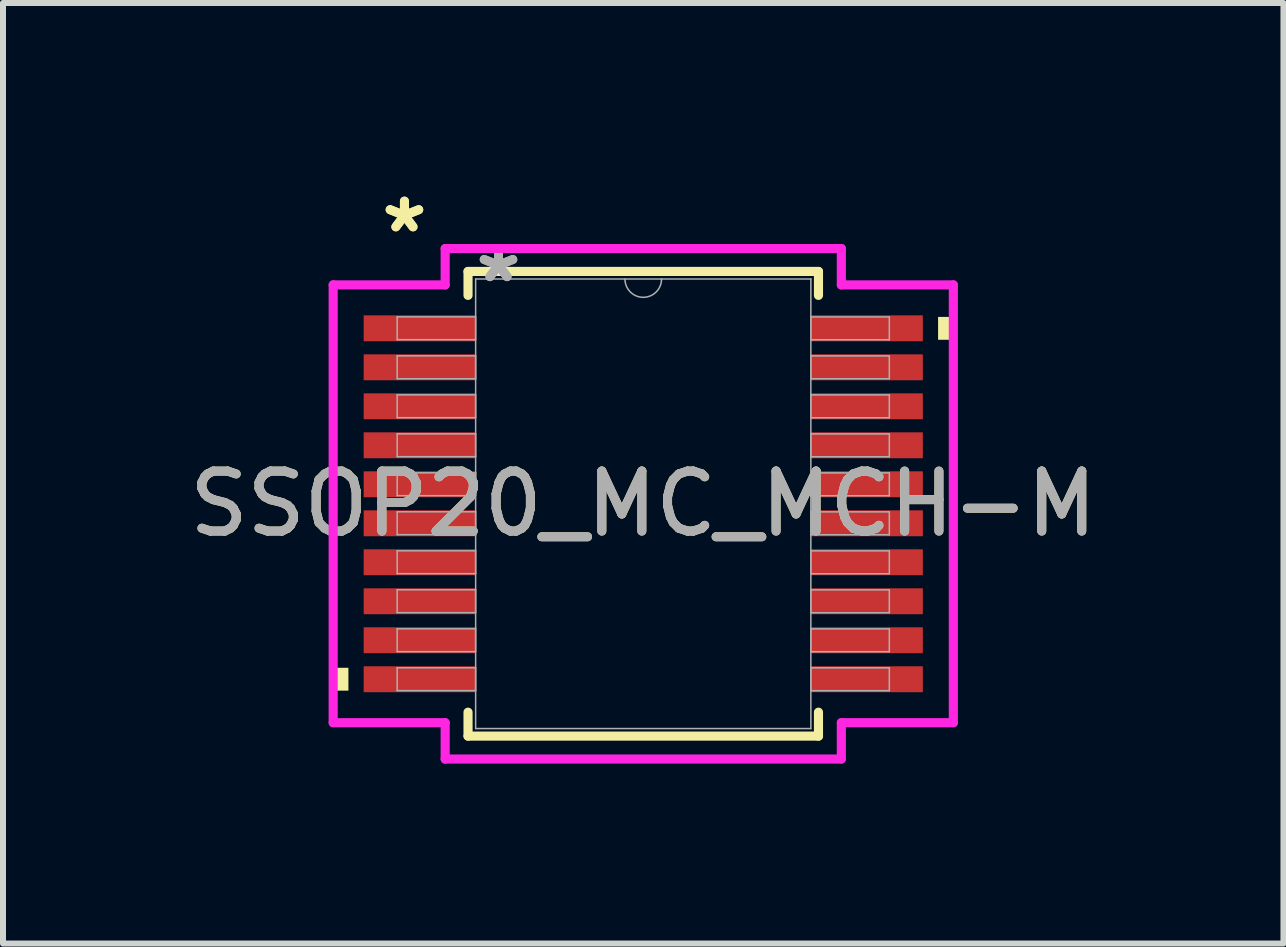
<source format=kicad_pcb>
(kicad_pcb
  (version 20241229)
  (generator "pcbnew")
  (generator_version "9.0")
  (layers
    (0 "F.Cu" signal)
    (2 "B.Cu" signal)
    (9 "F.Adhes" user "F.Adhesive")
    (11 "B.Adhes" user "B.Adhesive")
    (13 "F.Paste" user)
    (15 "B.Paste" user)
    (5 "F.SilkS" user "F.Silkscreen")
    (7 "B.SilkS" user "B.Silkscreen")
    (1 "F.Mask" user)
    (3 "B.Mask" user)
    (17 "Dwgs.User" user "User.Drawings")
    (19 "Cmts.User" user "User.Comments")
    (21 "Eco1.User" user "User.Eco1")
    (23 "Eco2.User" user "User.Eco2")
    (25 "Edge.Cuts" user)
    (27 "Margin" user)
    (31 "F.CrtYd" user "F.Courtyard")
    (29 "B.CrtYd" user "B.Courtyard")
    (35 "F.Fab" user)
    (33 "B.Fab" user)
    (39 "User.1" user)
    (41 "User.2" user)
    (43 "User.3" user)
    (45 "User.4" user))
  (footprint "SSOP20_MC_MCH-M"
    (layer "F.Cu")
    (at 7.673 5.348)
    (property "Reference" "SSOP20_MC_MCH-M" (at 0 0 0) (unlocked yes) (layer "F.SilkS") (effects (font (size 1 1) (thickness 0.15))))
    (attr smd)
    (fp_line (start -2.921 -3.873) (end -2.921 -3.474) (stroke (width 0.152) (type solid)) (layer "F.SilkS"))
    (fp_line (start -2.921 3.474) (end -2.921 3.873) (stroke (width 0.152) (type solid)) (layer "F.SilkS"))
    (fp_line (start -2.921 3.873) (end 2.921 3.873) (stroke (width 0.152) (type solid)) (layer "F.SilkS"))
    (fp_line (start 2.921 -3.873) (end -2.921 -3.873) (stroke (width 0.152) (type solid)) (layer "F.SilkS"))
    (fp_line (start 2.921 -3.474) (end 2.921 -3.873) (stroke (width 0.152) (type solid)) (layer "F.SilkS"))
    (fp_line (start 2.921 3.873) (end 2.921 3.474) (stroke (width 0.152) (type solid)) (layer "F.SilkS"))
    (fp_poly (pts (xy -5.169 2.734) (xy -5.169 3.115) (xy -4.915 3.115) (xy -4.915 2.734)) (stroke (width 0) (type solid)) (fill yes) (layer "F.SilkS"))
    (fp_poly (pts (xy 5.169 -3.115) (xy 5.169 -2.734) (xy 4.915 -2.734) (xy 4.915 -3.115)) (stroke (width 0) (type solid)) (fill yes) (layer "F.SilkS"))
    (fp_line (start -5.169 -3.649) (end -3.302 -3.649) (stroke (width 0.152) (type solid)) (layer "F.CrtYd"))
    (fp_line (start -5.169 3.649) (end -5.169 -3.649) (stroke (width 0.152) (type solid)) (layer "F.CrtYd"))
    (fp_line (start -5.169 3.649) (end -3.302 3.649) (stroke (width 0.152) (type solid)) (layer "F.CrtYd"))
    (fp_line (start -3.302 -4.255) (end 3.302 -4.255) (stroke (width 0.152) (type solid)) (layer "F.CrtYd"))
    (fp_line (start -3.302 -3.649) (end -3.302 -4.255) (stroke (width 0.152) (type solid)) (layer "F.CrtYd"))
    (fp_line (start -3.302 4.255) (end -3.302 3.649) (stroke (width 0.152) (type solid)) (layer "F.CrtYd"))
    (fp_line (start 3.302 -4.255) (end 3.302 -3.649) (stroke (width 0.152) (type solid)) (layer "F.CrtYd"))
    (fp_line (start 3.302 3.649) (end 3.302 4.255) (stroke (width 0.152) (type solid)) (layer "F.CrtYd"))
    (fp_line (start 3.302 4.255) (end -3.302 4.255) (stroke (width 0.152) (type solid)) (layer "F.CrtYd"))
    (fp_line (start 5.169 -3.649) (end 3.302 -3.649) (stroke (width 0.152) (type solid)) (layer "F.CrtYd"))
    (fp_line (start 5.169 -3.649) (end 5.169 3.649) (stroke (width 0.152) (type solid)) (layer "F.CrtYd"))
    (fp_line (start 5.169 3.649) (end 3.302 3.649) (stroke (width 0.152) (type solid)) (layer "F.CrtYd"))
    (fp_line (start -4.102 -3.116) (end -4.102 -2.735) (stroke (width 0.025) (type solid)) (layer "F.Fab"))
    (fp_line (start -4.102 -2.735) (end -2.794 -2.735) (stroke (width 0.025) (type solid)) (layer "F.Fab"))
    (fp_line (start -4.102 -2.466) (end -4.102 -2.084) (stroke (width 0.025) (type solid)) (layer "F.Fab"))
    (fp_line (start -4.102 -2.084) (end -2.794 -2.084) (stroke (width 0.025) (type solid)) (layer "F.Fab"))
    (fp_line (start -4.102 -1.816) (end -4.102 -1.435) (stroke (width 0.025) (type solid)) (layer "F.Fab"))
    (fp_line (start -4.102 -1.435) (end -2.794 -1.435) (stroke (width 0.025) (type solid)) (layer "F.Fab"))
    (fp_line (start -4.102 -1.166) (end -4.102 -0.785) (stroke (width 0.025) (type solid)) (layer "F.Fab"))
    (fp_line (start -4.102 -0.785) (end -2.794 -0.785) (stroke (width 0.025) (type solid)) (layer "F.Fab"))
    (fp_line (start -4.102 -0.516) (end -4.102 -0.135) (stroke (width 0.025) (type solid)) (layer "F.Fab"))
    (fp_line (start -4.102 -0.135) (end -2.794 -0.135) (stroke (width 0.025) (type solid)) (layer "F.Fab"))
    (fp_line (start -4.102 0.134) (end -4.102 0.515) (stroke (width 0.025) (type solid)) (layer "F.Fab"))
    (fp_line (start -4.102 0.515) (end -2.794 0.515) (stroke (width 0.025) (type solid)) (layer "F.Fab"))
    (fp_line (start -4.102 0.784) (end -4.102 1.165) (stroke (width 0.025) (type solid)) (layer "F.Fab"))
    (fp_line (start -4.102 1.165) (end -2.794 1.165) (stroke (width 0.025) (type solid)) (layer "F.Fab"))
    (fp_line (start -4.102 1.434) (end -4.102 1.815) (stroke (width 0.025) (type solid)) (layer "F.Fab"))
    (fp_line (start -4.102 1.815) (end -2.794 1.815) (stroke (width 0.025) (type solid)) (layer "F.Fab"))
    (fp_line (start -4.102 2.084) (end -4.102 2.465) (stroke (width 0.025) (type solid)) (layer "F.Fab"))
    (fp_line (start -4.102 2.465) (end -2.794 2.465) (stroke (width 0.025) (type solid)) (layer "F.Fab"))
    (fp_line (start -4.102 2.734) (end -4.102 3.115) (stroke (width 0.025) (type solid)) (layer "F.Fab"))
    (fp_line (start -4.102 3.115) (end -2.794 3.115) (stroke (width 0.025) (type solid)) (layer "F.Fab"))
    (fp_line (start -2.794 -3.747) (end -2.794 3.747) (stroke (width 0.025) (type solid)) (layer "F.Fab"))
    (fp_line (start -2.794 -3.116) (end -4.102 -3.116) (stroke (width 0.025) (type solid)) (layer "F.Fab"))
    (fp_line (start -2.794 -2.735) (end -2.794 -3.116) (stroke (width 0.025) (type solid)) (layer "F.Fab"))
    (fp_line (start -2.794 -2.466) (end -4.102 -2.466) (stroke (width 0.025) (type solid)) (layer "F.Fab"))
    (fp_line (start -2.794 -2.084) (end -2.794 -2.466) (stroke (width 0.025) (type solid)) (layer "F.Fab"))
    (fp_line (start -2.794 -1.816) (end -4.102 -1.816) (stroke (width 0.025) (type solid)) (layer "F.Fab"))
    (fp_line (start -2.794 -1.435) (end -2.794 -1.816) (stroke (width 0.025) (type solid)) (layer "F.Fab"))
    (fp_line (start -2.794 -1.166) (end -4.102 -1.166) (stroke (width 0.025) (type solid)) (layer "F.Fab"))
    (fp_line (start -2.794 -0.785) (end -2.794 -1.166) (stroke (width 0.025) (type solid)) (layer "F.Fab"))
    (fp_line (start -2.794 -0.516) (end -4.102 -0.516) (stroke (width 0.025) (type solid)) (layer "F.Fab"))
    (fp_line (start -2.794 -0.135) (end -2.794 -0.516) (stroke (width 0.025) (type solid)) (layer "F.Fab"))
    (fp_line (start -2.794 0.134) (end -4.102 0.134) (stroke (width 0.025) (type solid)) (layer "F.Fab"))
    (fp_line (start -2.794 0.515) (end -2.794 0.134) (stroke (width 0.025) (type solid)) (layer "F.Fab"))
    (fp_line (start -2.794 0.784) (end -4.102 0.784) (stroke (width 0.025) (type solid)) (layer "F.Fab"))
    (fp_line (start -2.794 1.165) (end -2.794 0.784) (stroke (width 0.025) (type solid)) (layer "F.Fab"))
    (fp_line (start -2.794 1.434) (end -4.102 1.434) (stroke (width 0.025) (type solid)) (layer "F.Fab"))
    (fp_line (start -2.794 1.815) (end -2.794 1.434) (stroke (width 0.025) (type solid)) (layer "F.Fab"))
    (fp_line (start -2.794 2.084) (end -4.102 2.084) (stroke (width 0.025) (type solid)) (layer "F.Fab"))
    (fp_line (start -2.794 2.465) (end -2.794 2.084) (stroke (width 0.025) (type solid)) (layer "F.Fab"))
    (fp_line (start -2.794 2.734) (end -4.102 2.734) (stroke (width 0.025) (type solid)) (layer "F.Fab"))
    (fp_line (start -2.794 3.115) (end -2.794 2.734) (stroke (width 0.025) (type solid)) (layer "F.Fab"))
    (fp_line (start -2.794 3.747) (end 2.794 3.747) (stroke (width 0.025) (type solid)) (layer "F.Fab"))
    (fp_line (start 2.794 -3.747) (end -2.794 -3.747) (stroke (width 0.025) (type solid)) (layer "F.Fab"))
    (fp_line (start 2.794 -3.115) (end 2.794 -2.734) (stroke (width 0.025) (type solid)) (layer "F.Fab"))
    (fp_line (start 2.794 -2.734) (end 4.102 -2.734) (stroke (width 0.025) (type solid)) (layer "F.Fab"))
    (fp_line (start 2.794 -2.465) (end 2.794 -2.084) (stroke (width 0.025) (type solid)) (layer "F.Fab"))
    (fp_line (start 2.794 -2.084) (end 4.102 -2.084) (stroke (width 0.025) (type solid)) (layer "F.Fab"))
    (fp_line (start 2.794 -1.815) (end 2.794 -1.434) (stroke (width 0.025) (type solid)) (layer "F.Fab"))
    (fp_line (start 2.794 -1.434) (end 4.102 -1.434) (stroke (width 0.025) (type solid)) (layer "F.Fab"))
    (fp_line (start 2.794 -1.165) (end 2.794 -0.784) (stroke (width 0.025) (type solid)) (layer "F.Fab"))
    (fp_line (start 2.794 -0.784) (end 4.102 -0.784) (stroke (width 0.025) (type solid)) (layer "F.Fab"))
    (fp_line (start 2.794 -0.515) (end 2.794 -0.134) (stroke (width 0.025) (type solid)) (layer "F.Fab"))
    (fp_line (start 2.794 -0.134) (end 4.102 -0.134) (stroke (width 0.025) (type solid)) (layer "F.Fab"))
    (fp_line (start 2.794 0.135) (end 2.794 0.516) (stroke (width 0.025) (type solid)) (layer "F.Fab"))
    (fp_line (start 2.794 0.516) (end 4.102 0.516) (stroke (width 0.025) (type solid)) (layer "F.Fab"))
    (fp_line (start 2.794 0.785) (end 2.794 1.166) (stroke (width 0.025) (type solid)) (layer "F.Fab"))
    (fp_line (start 2.794 1.166) (end 4.102 1.166) (stroke (width 0.025) (type solid)) (layer "F.Fab"))
    (fp_line (start 2.794 1.435) (end 2.794 1.816) (stroke (width 0.025) (type solid)) (layer "F.Fab"))
    (fp_line (start 2.794 1.816) (end 4.102 1.816) (stroke (width 0.025) (type solid)) (layer "F.Fab"))
    (fp_line (start 2.794 2.085) (end 2.794 2.466) (stroke (width 0.025) (type solid)) (layer "F.Fab"))
    (fp_line (start 2.794 2.466) (end 4.102 2.466) (stroke (width 0.025) (type solid)) (layer "F.Fab"))
    (fp_line (start 2.794 2.735) (end 2.794 3.116) (stroke (width 0.025) (type solid)) (layer "F.Fab"))
    (fp_line (start 2.794 3.116) (end 4.102 3.116) (stroke (width 0.025) (type solid)) (layer "F.Fab"))
    (fp_line (start 2.794 3.747) (end 2.794 -3.747) (stroke (width 0.025) (type solid)) (layer "F.Fab"))
    (fp_line (start 4.102 -3.115) (end 2.794 -3.115) (stroke (width 0.025) (type solid)) (layer "F.Fab"))
    (fp_line (start 4.102 -2.734) (end 4.102 -3.115) (stroke (width 0.025) (type solid)) (layer "F.Fab"))
    (fp_line (start 4.102 -2.465) (end 2.794 -2.465) (stroke (width 0.025) (type solid)) (layer "F.Fab"))
    (fp_line (start 4.102 -2.084) (end 4.102 -2.465) (stroke (width 0.025) (type solid)) (layer "F.Fab"))
    (fp_line (start 4.102 -1.815) (end 2.794 -1.815) (stroke (width 0.025) (type solid)) (layer "F.Fab"))
    (fp_line (start 4.102 -1.434) (end 4.102 -1.815) (stroke (width 0.025) (type solid)) (layer "F.Fab"))
    (fp_line (start 4.102 -1.165) (end 2.794 -1.165) (stroke (width 0.025) (type solid)) (layer "F.Fab"))
    (fp_line (start 4.102 -0.784) (end 4.102 -1.165) (stroke (width 0.025) (type solid)) (layer "F.Fab"))
    (fp_line (start 4.102 -0.515) (end 2.794 -0.515) (stroke (width 0.025) (type solid)) (layer "F.Fab"))
    (fp_line (start 4.102 -0.134) (end 4.102 -0.515) (stroke (width 0.025) (type solid)) (layer "F.Fab"))
    (fp_line (start 4.102 0.135) (end 2.794 0.135) (stroke (width 0.025) (type solid)) (layer "F.Fab"))
    (fp_line (start 4.102 0.516) (end 4.102 0.135) (stroke (width 0.025) (type solid)) (layer "F.Fab"))
    (fp_line (start 4.102 0.785) (end 2.794 0.785) (stroke (width 0.025) (type solid)) (layer "F.Fab"))
    (fp_line (start 4.102 1.166) (end 4.102 0.785) (stroke (width 0.025) (type solid)) (layer "F.Fab"))
    (fp_line (start 4.102 1.435) (end 2.794 1.435) (stroke (width 0.025) (type solid)) (layer "F.Fab"))
    (fp_line (start 4.102 1.816) (end 4.102 1.435) (stroke (width 0.025) (type solid)) (layer "F.Fab"))
    (fp_line (start 4.102 2.085) (end 2.794 2.085) (stroke (width 0.025) (type solid)) (layer "F.Fab"))
    (fp_line (start 4.102 2.466) (end 4.102 2.085) (stroke (width 0.025) (type solid)) (layer "F.Fab"))
    (fp_line (start 4.102 2.735) (end 2.794 2.735) (stroke (width 0.025) (type solid)) (layer "F.Fab"))
    (fp_line (start 4.102 3.116) (end 4.102 2.735) (stroke (width 0.025) (type solid)) (layer "F.Fab"))
    (fp_arc (start 0.3048 -3.7465) (mid 0 -3.4417) (end -0.3048 -3.7465) (stroke (width 0.0254) (type solid)) (layer "F.Fab"))
    (fp_text user "*" (at -3.981 -4.5 0) (layer "F.SilkS") (effects (font (size 1 1) (thickness 0.15))))
    (fp_text user "*" (at -3.981 -4.5 0) (unlocked yes) (layer "F.SilkS") (effects (font (size 1 1) (thickness 0.15))))
    (fp_text user "${REFERENCE}" (at 0 0 0) (unlocked yes) (layer "F.Fab") (effects (font (size 1 1) (thickness 0.15))))
    (fp_text user "*" (at -2.413 -3.67 0) (unlocked yes) (layer "F.Fab") (effects (font (size 1 1) (thickness 0.15))))
    (fp_text user "*" (at -2.413 -3.67 0) (layer "F.Fab") (effects (font (size 1 1) (thickness 0.15))))
    (pad "1" smd rect (at -3.727 -2.925) (size 1.867 0.432) (layers "F.Cu" "F.Mask" "F.Paste"))
    (pad "2" smd rect (at -3.727 -2.275) (size 1.867 0.432) (layers "F.Cu" "F.Mask" "F.Paste"))
    (pad "3" smd rect (at -3.727 -1.625) (size 1.867 0.432) (layers "F.Cu" "F.Mask" "F.Paste"))
    (pad "4" smd rect (at -3.727 -0.975) (size 1.867 0.432) (layers "F.Cu" "F.Mask" "F.Paste"))
    (pad "5" smd rect (at -3.727 -0.325) (size 1.867 0.432) (layers "F.Cu" "F.Mask" "F.Paste"))
    (pad "6" smd rect (at -3.727 0.325) (size 1.867 0.432) (layers "F.Cu" "F.Mask" "F.Paste"))
    (pad "7" smd rect (at -3.727 0.975) (size 1.867 0.432) (layers "F.Cu" "F.Mask" "F.Paste"))
    (pad "8" smd rect (at -3.727 1.625) (size 1.867 0.432) (layers "F.Cu" "F.Mask" "F.Paste"))
    (pad "9" smd rect (at -3.727 2.275) (size 1.867 0.432) (layers "F.Cu" "F.Mask" "F.Paste"))
    (pad "10" smd rect (at -3.727 2.925) (size 1.867 0.432) (layers "F.Cu" "F.Mask" "F.Paste"))
    (pad "11" smd rect (at 3.727 2.925) (size 1.867 0.432) (layers "F.Cu" "F.Mask" "F.Paste"))
    (pad "12" smd rect (at 3.727 2.275) (size 1.867 0.432) (layers "F.Cu" "F.Mask" "F.Paste"))
    (pad "13" smd rect (at 3.727 1.625) (size 1.867 0.432) (layers "F.Cu" "F.Mask" "F.Paste"))
    (pad "14" smd rect (at 3.727 0.975) (size 1.867 0.432) (layers "F.Cu" "F.Mask" "F.Paste"))
    (pad "15" smd rect (at 3.727 0.325) (size 1.867 0.432) (layers "F.Cu" "F.Mask" "F.Paste"))
    (pad "16" smd rect (at 3.727 -0.325) (size 1.867 0.432) (layers "F.Cu" "F.Mask" "F.Paste"))
    (pad "17" smd rect (at 3.727 -0.975) (size 1.867 0.432) (layers "F.Cu" "F.Mask" "F.Paste"))
    (pad "18" smd rect (at 3.727 -1.625) (size 1.867 0.432) (layers "F.Cu" "F.Mask" "F.Paste"))
    (pad "19" smd rect (at 3.727 -2.275) (size 1.867 0.432) (layers "F.Cu" "F.Mask" "F.Paste"))
    (pad "20" smd rect (at 3.727 -2.925) (size 1.867 0.432) (layers "F.Cu" "F.Mask" "F.Paste")))
  (gr_rect
    (start -3 -3)
    (end 18.345 12.679)
    (stroke (width 0.1) (type default))
    (fill no)
    (layer "Edge.Cuts")))
</source>
